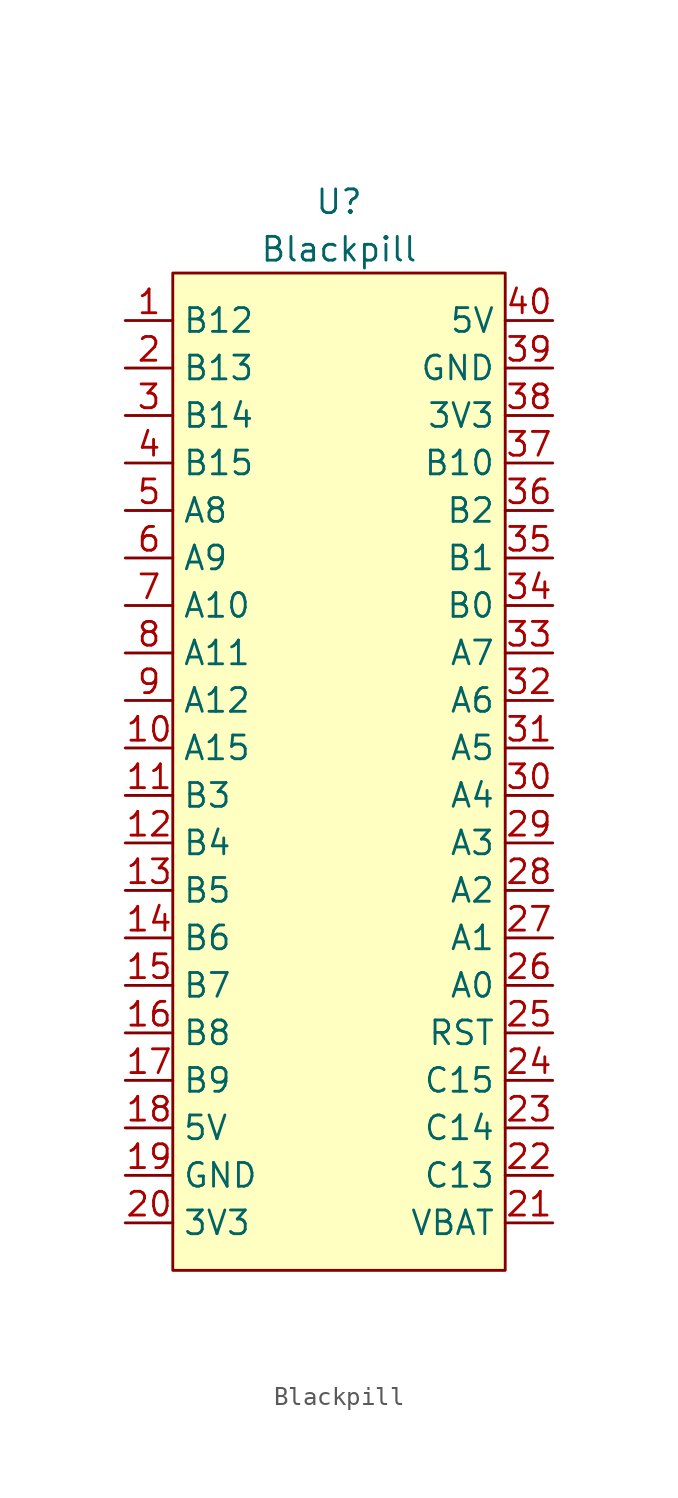
<source format=kicad_sym>
(kicad_symbol_lib
  (version 20220914)
  (generator kicad_symbol_editor)
  (symbol "Blackpill"
    (property "Reference" "U"
      (at 0 21.59 0)
      (effects (font (size 1.27 1.27))))
    (property "Value" "Blackpill"
      (at 0 19.05 0)
      (effects (font (size 1.27 1.27))))
    (symbol "Blackpill_0_0"
      (pin bidirectional line (at -11.43 -7.62 0) (length 2.54) (name "A15" (effects (font (size 1.27 1.27)))) (number "10" (effects (font (size 1.27 1.27)))))
      (pin bidirectional line (at -11.43 -10.16 0) (length 2.54) (name "B3" (effects (font (size 1.27 1.27)))) (number "11" (effects (font (size 1.27 1.27)))))
      (pin bidirectional line (at -11.43 -12.7 0) (length 2.54) (name "B4" (effects (font (size 1.27 1.27)))) (number "12" (effects (font (size 1.27 1.27)))))
      (pin bidirectional line (at -11.43 -15.24 0) (length 2.54) (name "B5" (effects (font (size 1.27 1.27)))) (number "13" (effects (font (size 1.27 1.27)))))
      (pin bidirectional line (at -11.43 -17.78 0) (length 2.54) (name "B6" (effects (font (size 1.27 1.27)))) (number "14" (effects (font (size 1.27 1.27)))))
      (pin bidirectional line (at -11.43 -20.32 0) (length 2.54) (name "B7" (effects (font (size 1.27 1.27)))) (number "15" (effects (font (size 1.27 1.27)))))
      (pin bidirectional line (at -11.43 -22.86 0) (length 2.54) (name "B8" (effects (font (size 1.27 1.27)))) (number "16" (effects (font (size 1.27 1.27)))))
      (pin bidirectional line (at -11.43 -25.4 0) (length 2.54) (name "B9" (effects (font (size 1.27 1.27)))) (number "17" (effects (font (size 1.27 1.27)))))
      (pin bidirectional line (at -11.43 -27.94 0) (length 2.54) (name "5V" (effects (font (size 1.27 1.27)))) (number "18" (effects (font (size 1.27 1.27)))))
      (pin bidirectional line (at -11.43 -30.48 0) (length 2.54) (name "GND" (effects (font (size 1.27 1.27)))) (number "19" (effects (font (size 1.27 1.27)))))
      (pin bidirectional line (at -11.43 -33.02 0) (length 2.54) (name "3V3" (effects (font (size 1.27 1.27)))) (number "20" (effects (font (size 1.27 1.27)))))
      (pin power_out line (at 11.43 -33.02 180) (length 2.54) (name "VBAT" (effects (font (size 1.27 1.27)))) (number "21" (effects (font (size 1.27 1.27)))))
      (pin bidirectional line (at 11.43 -30.48 180) (length 2.54) (name "C13" (effects (font (size 1.27 1.27)))) (number "22" (effects (font (size 1.27 1.27)))))
      (pin bidirectional line (at 11.43 -27.94 180) (length 2.54) (name "C14" (effects (font (size 1.27 1.27)))) (number "23" (effects (font (size 1.27 1.27)))))
      (pin bidirectional line (at 11.43 -25.4 180) (length 2.54) (name "C15" (effects (font (size 1.27 1.27)))) (number "24" (effects (font (size 1.27 1.27)))))
      (pin bidirectional line (at 11.43 -22.86 180) (length 2.54) (name "RST" (effects (font (size 1.27 1.27)))) (number "25" (effects (font (size 1.27 1.27)))))
      (pin bidirectional line (at 11.43 -20.32 180) (length 2.54) (name "A0" (effects (font (size 1.27 1.27)))) (number "26" (effects (font (size 1.27 1.27)))))
      (pin bidirectional line (at 11.43 -17.78 180) (length 2.54) (name "A1" (effects (font (size 1.27 1.27)))) (number "27" (effects (font (size 1.27 1.27)))))
      (pin bidirectional line (at 11.43 -15.24 180) (length 2.54) (name "A2" (effects (font (size 1.27 1.27)))) (number "28" (effects (font (size 1.27 1.27)))))
      (pin bidirectional line (at 11.43 -12.7 180) (length 2.54) (name "A3" (effects (font (size 1.27 1.27)))) (number "29" (effects (font (size 1.27 1.27)))))
      (pin bidirectional line (at 11.43 -10.16 180) (length 2.54) (name "A4" (effects (font (size 1.27 1.27)))) (number "30" (effects (font (size 1.27 1.27)))))
      (pin bidirectional line (at 11.43 -7.62 180) (length 2.54) (name "A5" (effects (font (size 1.27 1.27)))) (number "31" (effects (font (size 1.27 1.27)))))
      (pin bidirectional line (at 11.43 -5.08 180) (length 2.54) (name "A6" (effects (font (size 1.27 1.27)))) (number "32" (effects (font (size 1.27 1.27)))))
      (pin bidirectional line (at 11.43 -2.54 180) (length 2.54) (name "A7" (effects (font (size 1.27 1.27)))) (number "33" (effects (font (size 1.27 1.27)))))
      (pin bidirectional line (at 11.43 0 180) (length 2.54) (name "B0" (effects (font (size 1.27 1.27)))) (number "34" (effects (font (size 1.27 1.27)))))
      (pin bidirectional line (at 11.43 2.54 180) (length 2.54) (name "B1" (effects (font (size 1.27 1.27)))) (number "35" (effects (font (size 1.27 1.27)))))
      (pin bidirectional line (at 11.43 5.08 180) (length 2.54) (name "B2" (effects (font (size 1.27 1.27)))) (number "36" (effects (font (size 1.27 1.27)))))
      (pin bidirectional line (at 11.43 7.62 180) (length 2.54) (name "B10" (effects (font (size 1.27 1.27)))) (number "37" (effects (font (size 1.27 1.27)))))
      (pin bidirectional line (at 11.43 10.16 180) (length 2.54) (name "3V3" (effects (font (size 1.27 1.27)))) (number "38" (effects (font (size 1.27 1.27)))))
      (pin bidirectional line (at 11.43 12.7 180) (length 2.54) (name "GND" (effects (font (size 1.27 1.27)))) (number "39" (effects (font (size 1.27 1.27)))))
      (pin bidirectional line (at 11.43 15.24 180) (length 2.54) (name "5V" (effects (font (size 1.27 1.27)))) (number "40" (effects (font (size 1.27 1.27)))))
      (pin bidirectional line (at -11.43 0 0) (length 2.54) (name "A10" (effects (font (size 1.27 1.27)))) (number "7" (effects (font (size 1.27 1.27)))))
      (pin bidirectional line (at -11.43 -2.54 0) (length 2.54) (name "A11" (effects (font (size 1.27 1.27)))) (number "8" (effects (font (size 1.27 1.27)))))
      (pin bidirectional line (at -11.43 -5.08 0) (length 2.54) (name "A12" (effects (font (size 1.27 1.27)))) (number "9" (effects (font (size 1.27 1.27))))))
    (symbol "Blackpill_0_1"
      (rectangle (start -8.89 17.78) (end 8.89 -35.56) (stroke (width 0) (type default)) (fill (type background))))
    (symbol "Blackpill_1_1"
      (pin bidirectional line (at -11.43 15.24 0) (length 2.54) (name "B12" (effects (font (size 1.27 1.27)))) (number "1" (effects (font (size 1.27 1.27)))))
      (pin bidirectional line (at -11.43 12.7 0) (length 2.54) (name "B13" (effects (font (size 1.27 1.27)))) (number "2" (effects (font (size 1.27 1.27)))))
      (pin bidirectional line (at -11.43 10.16 0) (length 2.54) (name "B14" (effects (font (size 1.27 1.27)))) (number "3" (effects (font (size 1.27 1.27)))))
      (pin bidirectional line (at -11.43 7.62 0) (length 2.54) (name "B15" (effects (font (size 1.27 1.27)))) (number "4" (effects (font (size 1.27 1.27)))))
      (pin bidirectional line (at -11.43 5.08 0) (length 2.54) (name "A8" (effects (font (size 1.27 1.27)))) (number "5" (effects (font (size 1.27 1.27)))))
      (pin bidirectional line (at -11.43 2.54 0) (length 2.54) (name "A9" (effects (font (size 1.27 1.27)))) (number "6" (effects (font (size 1.27 1.27))))))))
</source>
